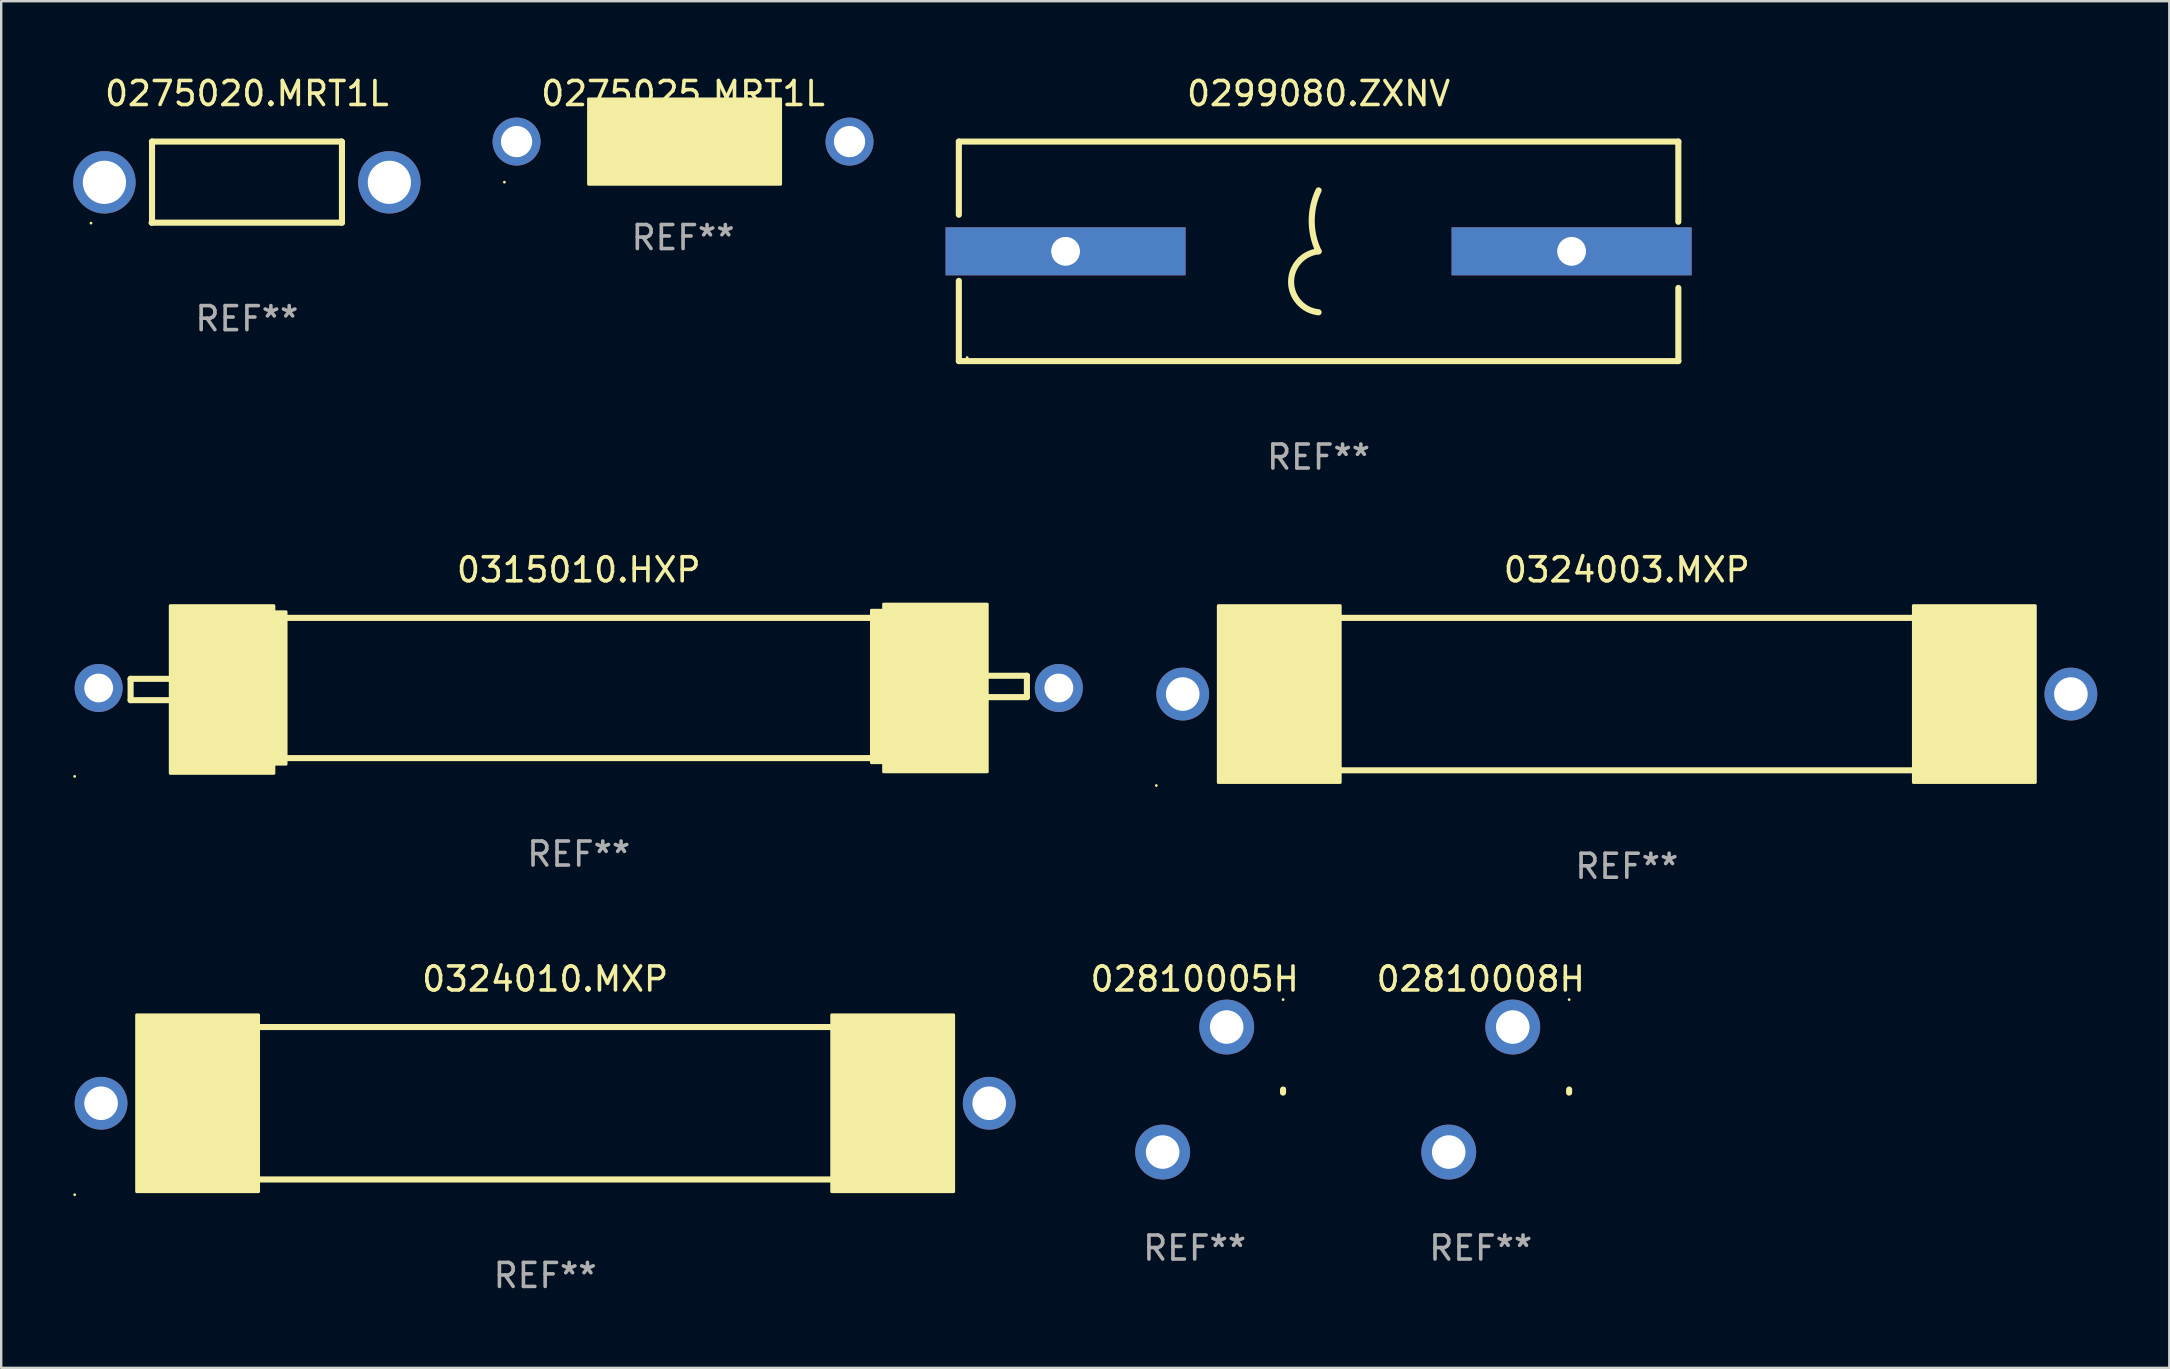
<source format=kicad_pcb>
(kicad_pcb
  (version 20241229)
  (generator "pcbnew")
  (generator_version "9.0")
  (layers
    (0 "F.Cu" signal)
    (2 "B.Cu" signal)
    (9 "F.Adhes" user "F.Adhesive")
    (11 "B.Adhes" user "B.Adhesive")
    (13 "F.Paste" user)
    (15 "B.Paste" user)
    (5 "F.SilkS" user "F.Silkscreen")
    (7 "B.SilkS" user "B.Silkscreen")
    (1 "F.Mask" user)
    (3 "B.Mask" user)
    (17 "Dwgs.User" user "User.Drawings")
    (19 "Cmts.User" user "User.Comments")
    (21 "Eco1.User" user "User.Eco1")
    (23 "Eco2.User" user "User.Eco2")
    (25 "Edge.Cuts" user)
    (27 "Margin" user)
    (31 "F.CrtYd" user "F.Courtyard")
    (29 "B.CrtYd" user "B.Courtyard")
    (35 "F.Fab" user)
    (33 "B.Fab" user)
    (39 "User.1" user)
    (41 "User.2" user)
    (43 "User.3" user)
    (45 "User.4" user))
  (footprint "0275020.MRT1L"
    (layer "F.Cu")
    (at 7.235 4.537)
    (property "Reference" "0275020.MRT1L" (at 0 -3.689 0) (layer "F.SilkS") (effects (font (size 1 1) (thickness 0.15))))
    (attr through_hole)
    (fp_line (start -3.964 1.689) (end 3.96 1.689) (stroke (width 0.254) (type solid)) (layer "F.SilkS"))
    (fp_line (start -3.952 -1.676) (end -3.952 1.676) (stroke (width 0.254) (type solid)) (layer "F.SilkS"))
    (fp_line (start -3.952 1.676) (end -3.964 1.689) (stroke (width 0.254) (type solid)) (layer "F.SilkS"))
    (fp_line (start -3.951 -1.689) (end -3.959 -1.681) (stroke (width 0.254) (type solid)) (layer "F.SilkS"))
    (fp_line (start 3.948 -1.689) (end -3.951 -1.689) (stroke (width 0.254) (type solid)) (layer "F.SilkS"))
    (fp_line (start 3.96 -1.676) (end 3.948 -1.689) (stroke (width 0.254) (type solid)) (layer "F.SilkS"))
    (fp_line (start 3.96 1.689) (end 3.96 -1.676) (stroke (width 0.254) (type solid)) (layer "F.SilkS"))
    (fp_circle (center -6.494 1.708) (end -6.464 1.708) (stroke (width 0.06) (type solid)) (fill no) (layer "F.SilkS"))
    (fp_text user "REF**" (at 0 5.689 0) (layer "F.Fab") (effects (font (size 1 1) (thickness 0.15))))
    (pad "1" thru_hole circle (at -5.935 0.008) (size 2.6 2.6) (drill 1.8) (layers "*.Cu" "*.Mask"))
    (pad "2" thru_hole circle (at 5.935 0.008) (size 2.6 2.6) (drill 1.8) (layers "*.Cu" "*.Mask")))
  (footprint "0299080.ZXNV"
    (layer "F.Cu")
    (at 51.88 7.42)
    (property "Reference" "0299080.ZXNV" (at 0 -6.572 0) (layer "F.SilkS") (effects (font (size 1 1) (thickness 0.15))))
    (attr through_hole)
    (fp_line (start -14.986 -4.572) (end 14.986 -4.572) (stroke (width 0.254) (type solid)) (layer "F.SilkS"))
    (fp_line (start -14.986 -1.524) (end -14.986 -4.572) (stroke (width 0.254) (type solid)) (layer "F.SilkS"))
    (fp_line (start -14.986 4.572) (end -14.986 1.231) (stroke (width 0.254) (type solid)) (layer "F.SilkS"))
    (fp_line (start 14.986 -4.572) (end 14.986 -1.231) (stroke (width 0.254) (type solid)) (layer "F.SilkS"))
    (fp_line (start 14.986 1.524) (end 14.986 4.572) (stroke (width 0.254) (type solid)) (layer "F.SilkS"))
    (fp_line (start 14.986 4.572) (end -14.986 4.572) (stroke (width 0.254) (type solid)) (layer "F.SilkS"))
    (fp_arc (start 0 2.540005) (mid -1.145546 1.270003) (end 0.000001 0.000001) (stroke (width 0.254001) (type solid)) (layer "F.SilkS"))
    (fp_arc (start 0.000001 0) (mid -0.286535 -1.270002) (end 0 -2.540005) (stroke (width 0.254001) (type solid)) (layer "F.SilkS"))
    (fp_circle (center -14.64 4.425) (end -14.61 4.425) (stroke (width 0.06) (type solid)) (fill no) (layer "F.SilkS"))
    (fp_text user "REF**" (at 0 8.572 0) (layer "F.Fab") (effects (font (size 1 1) (thickness 0.15))))
    (pad "1" thru_hole rect (at -10.54 0) (size 10 2) (drill 1.2) (layers "*.Cu" "*.Mask"))
    (pad "2" thru_hole rect (at 10.54 0) (size 10 2) (drill 1.2) (layers "*.Cu" "*.Mask")))
  (footprint "02810008H"
    (layer "F.Cu")
    (at 58.635 42.339)
    (property "Reference" "02810008H" (at 0 -4.604 0) (layer "F.SilkS") (effects (font (size 1 1) (thickness 0.15))))
    (attr through_hole)
    (fp_arc (start 3.680823 0.126924) (mid 3.681368 0.063453) (end 3.683007 0) (stroke (width 0.254001) (type solid)) (layer "F.SilkS"))
    (fp_circle (center 3.683 -3.747) (end 3.713 -3.747) (stroke (width 0.06) (type solid)) (fill no) (layer "F.SilkS"))
    (fp_text user "REF**" (at 0 6.604 0) (layer "F.Fab") (effects (font (size 1 1) (thickness 0.15))))
    (pad "1" thru_hole circle (at 1.334 -2.604) (size 2.286 2.286) (drill 1.397) (layers "*.Cu" "*.Mask"))
    (pad "2" thru_hole circle (at -1.334 2.604) (size 2.286 2.286) (drill 1.397) (layers "*.Cu" "*.Mask")))
  (footprint "0315010.HXP"
    (layer "F.Cu")
    (at 21.06 25.61)
    (property "Reference" "0315010.HXP" (at 0 -4.921 0) (layer "F.SilkS") (effects (font (size 1 1) (thickness 0.15))))
    (attr through_hole)
    (fp_line (start -18.669 -0.381) (end -17.018 -0.381) (stroke (width 0.254) (type solid)) (layer "F.SilkS"))
    (fp_line (start -18.669 0.508) (end -18.669 -0.381) (stroke (width 0.254) (type solid)) (layer "F.SilkS"))
    (fp_line (start -17.018 0.508) (end -18.669 0.508) (stroke (width 0.254) (type solid)) (layer "F.SilkS"))
    (fp_line (start -12.192 -2.921) (end 12.192 -2.921) (stroke (width 0.254) (type solid)) (layer "F.SilkS"))
    (fp_line (start -12.192 2.921) (end 12.192 2.921) (stroke (width 0.254) (type solid)) (layer "F.SilkS"))
    (fp_line (start 17.018 -0.508) (end 18.669 -0.508) (stroke (width 0.254) (type solid)) (layer "F.SilkS"))
    (fp_line (start 18.669 -0.508) (end 18.669 0.381) (stroke (width 0.254) (type solid)) (layer "F.SilkS"))
    (fp_line (start 18.669 0.381) (end 17.018 0.381) (stroke (width 0.254) (type solid)) (layer "F.SilkS"))
    (fp_circle (center -21 3.683) (end -20.97 3.683) (stroke (width 0.06) (type solid)) (fill no) (layer "F.SilkS"))
    (fp_poly (pts (xy -17.018 -3.429) (xy -12.7 -3.429) (xy -12.7 3.556) (xy -17.018 3.556)) (stroke (width 0.12) (type solid)) (fill yes) (layer "F.SilkS"))
    (fp_poly (pts (xy -12.7 -3.175) (xy -12.192 -3.175) (xy -12.192 3.175) (xy -12.7 3.175)) (stroke (width 0.12) (type solid)) (fill yes) (layer "F.SilkS"))
    (fp_poly (pts (xy 12.192 -3.239) (xy 12.7 -3.239) (xy 12.7 3.112) (xy 12.192 3.112)) (stroke (width 0.12) (type solid)) (fill yes) (layer "F.SilkS"))
    (fp_poly (pts (xy 12.7 -3.493) (xy 17.018 -3.493) (xy 17.018 3.493) (xy 12.7 3.493)) (stroke (width 0.12) (type solid)) (fill yes) (layer "F.SilkS"))
    (fp_text user "REF**" (at 0 6.921 0) (layer "F.Fab") (effects (font (size 1 1) (thickness 0.15))))
    (pad "1" thru_hole circle (at -20 0) (size 2 2) (drill 1.2) (layers "*.Cu" "*.Mask"))
    (pad "2" thru_hole circle (at 20 0) (size 2 2) (drill 1.2) (layers "*.Cu" "*.Mask")))
  (footprint "0324003.MXP"
    (layer "F.Cu")
    (at 64.72 25.864)
    (property "Reference" "0324003.MXP" (at 0 -5.175 0) (layer "F.SilkS") (effects (font (size 1 1) (thickness 0.15))))
    (attr through_hole)
    (fp_line (start -11.938 -3.175) (end 11.938 -3.175) (stroke (width 0.254) (type solid)) (layer "F.SilkS"))
    (fp_line (start -11.938 3.175) (end 11.938 3.175) (stroke (width 0.254) (type solid)) (layer "F.SilkS"))
    (fp_circle (center -19.6 3.81) (end -19.57 3.81) (stroke (width 0.06) (type solid)) (fill no) (layer "F.SilkS"))
    (fp_poly (pts (xy -17.018 -3.683) (xy -11.938 -3.683) (xy -11.938 3.683) (xy -17.018 3.683)) (stroke (width 0.12) (type solid)) (fill yes) (layer "F.SilkS"))
    (fp_poly (pts (xy 11.938 -3.683) (xy 17.018 -3.683) (xy 17.018 3.683) (xy 11.938 3.683)) (stroke (width 0.12) (type solid)) (fill yes) (layer "F.SilkS"))
    (fp_text user "REF**" (at 0 7.175 0) (layer "F.Fab") (effects (font (size 1 1) (thickness 0.15))))
    (pad "1" thru_hole circle (at -18.5 0) (size 2.2 2.2) (drill 1.4) (layers "*.Cu" "*.Mask"))
    (pad "2" thru_hole circle (at 18.5 0) (size 2.2 2.2) (drill 1.4) (layers "*.Cu" "*.Mask")))
  (footprint "0275025.MRT1L"
    (layer "F.Cu")
    (at 25.405 2.848)
    (property "Reference" "0275025.MRT1L" (at 0 -2 0) (layer "F.SilkS") (effects (font (size 1 1) (thickness 0.15))))
    (attr through_hole)
    (fp_arc (start -1.675235 0.022047) (mid -0.849733 -0.172828) (end -0.024231 0.022047) (stroke (width 0.254001) (type solid)) (layer "F.SilkS"))
    (fp_arc (start -0.024207 -0.009652) (mid 0.801295 -0.835154) (end 1.626797 -0.009652) (stroke (width 0.254001) (type solid)) (layer "F.SilkS"))
    (fp_circle (center -7.443 1.69) (end -7.413 1.69) (stroke (width 0.06) (type solid)) (fill no) (layer "F.SilkS"))
    (fp_poly (pts (xy -3.937 -1.778) (xy 4.064 -1.778) (xy 4.064 1.778) (xy -3.937 1.778)) (stroke (width 0.12) (type solid)) (fill yes) (layer "F.SilkS"))
    (fp_text user "REF**" (at 0 4 0) (layer "F.Fab") (effects (font (size 1 1) (thickness 0.15))))
    (pad "1" thru_hole circle (at -6.935 0) (size 2 2) (drill 1.3) (layers "*.Cu" "*.Mask"))
    (pad "2" thru_hole circle (at 6.935 0) (size 2 2) (drill 1.3) (layers "*.Cu" "*.Mask")))
  (footprint "02810005H"
    (layer "F.Cu")
    (at 46.718 42.339)
    (property "Reference" "02810005H" (at 0 -4.604 0) (layer "F.SilkS") (effects (font (size 1 1) (thickness 0.15))))
    (attr through_hole)
    (fp_arc (start 3.680823 0.126924) (mid 3.681368 0.063453) (end 3.683007 0) (stroke (width 0.254001) (type solid)) (layer "F.SilkS"))
    (fp_circle (center 3.683 -3.747) (end 3.713 -3.747) (stroke (width 0.06) (type solid)) (fill no) (layer "F.SilkS"))
    (fp_text user "REF**" (at 0 6.604 0) (layer "F.Fab") (effects (font (size 1 1) (thickness 0.15))))
    (pad "1" thru_hole circle (at 1.334 -2.604) (size 2.286 2.286) (drill 1.397) (layers "*.Cu" "*.Mask"))
    (pad "2" thru_hole circle (at -1.334 2.604) (size 2.286 2.286) (drill 1.397) (layers "*.Cu" "*.Mask")))
  (footprint "0324010.MXP"
    (layer "F.Cu")
    (at 19.66 42.91)
    (property "Reference" "0324010.MXP" (at 0 -5.175 0) (layer "F.SilkS") (effects (font (size 1 1) (thickness 0.15))))
    (attr through_hole)
    (fp_line (start -11.938 -3.175) (end 11.938 -3.175) (stroke (width 0.254) (type solid)) (layer "F.SilkS"))
    (fp_line (start -11.938 3.175) (end 11.938 3.175) (stroke (width 0.254) (type solid)) (layer "F.SilkS"))
    (fp_circle (center -19.6 3.81) (end -19.57 3.81) (stroke (width 0.06) (type solid)) (fill no) (layer "F.SilkS"))
    (fp_poly (pts (xy -17.018 -3.683) (xy -11.938 -3.683) (xy -11.938 3.683) (xy -17.018 3.683)) (stroke (width 0.12) (type solid)) (fill yes) (layer "F.SilkS"))
    (fp_poly (pts (xy 11.938 -3.683) (xy 17.018 -3.683) (xy 17.018 3.683) (xy 11.938 3.683)) (stroke (width 0.12) (type solid)) (fill yes) (layer "F.SilkS"))
    (fp_text user "REF**" (at 0 7.175 0) (layer "F.Fab") (effects (font (size 1 1) (thickness 0.15))))
    (pad "1" thru_hole circle (at -18.5 0) (size 2.2 2.2) (drill 1.4) (layers "*.Cu" "*.Mask"))
    (pad "2" thru_hole circle (at 18.5 0) (size 2.2 2.2) (drill 1.4) (layers "*.Cu" "*.Mask")))
  (gr_rect
    (start -3 -3)
    (end 87.32 53.934)
    (stroke (width 0.1) (type default))
    (fill no)
    (layer "Edge.Cuts")))
</source>
